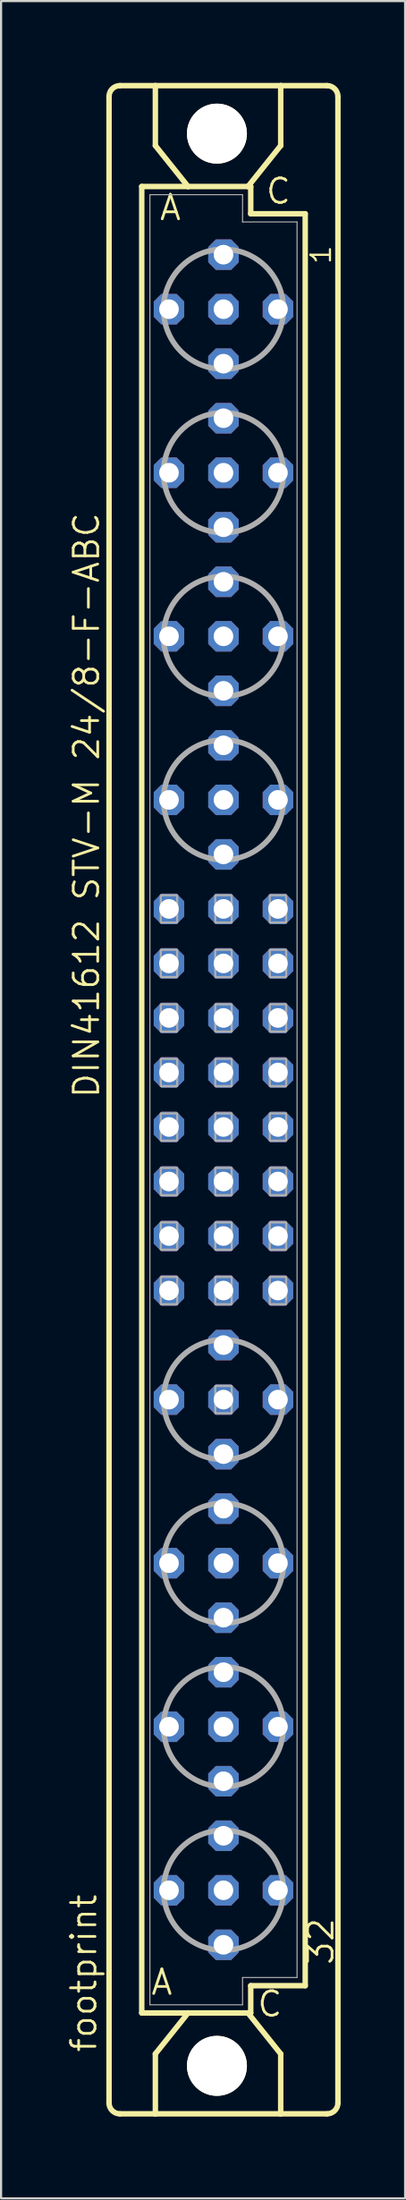
<source format=kicad_pcb>
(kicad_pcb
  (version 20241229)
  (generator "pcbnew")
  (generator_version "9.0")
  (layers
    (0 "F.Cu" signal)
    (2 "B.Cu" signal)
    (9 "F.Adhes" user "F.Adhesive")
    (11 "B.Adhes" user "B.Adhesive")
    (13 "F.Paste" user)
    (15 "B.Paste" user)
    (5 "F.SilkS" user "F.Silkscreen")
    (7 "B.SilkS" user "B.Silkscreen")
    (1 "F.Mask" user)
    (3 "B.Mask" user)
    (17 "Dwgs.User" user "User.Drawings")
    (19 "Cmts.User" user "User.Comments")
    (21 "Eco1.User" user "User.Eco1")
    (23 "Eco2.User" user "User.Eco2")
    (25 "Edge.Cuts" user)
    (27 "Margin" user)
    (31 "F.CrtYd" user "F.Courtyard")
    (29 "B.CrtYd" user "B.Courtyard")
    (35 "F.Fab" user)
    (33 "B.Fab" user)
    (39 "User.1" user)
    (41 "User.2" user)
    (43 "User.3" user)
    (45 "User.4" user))
  (footprint "footprint"
    (layer "F.Cu")
    (at 7.366 48.184)
    (property "Reference" "footprint" (at -5.842 44.45 90) (layer "F.SilkS") (effects (font (size 1.143 1.143) (thickness 0.127)) (justify left bottom)))
    (fp_line (start -5.334 46.736) (end -5.334 -46.736) (stroke (width 0.254) (type solid)) (layer "F.SilkS"))
    (fp_line (start -4.826 -47.244) (end -3.175 -47.244) (stroke (width 0.254) (type solid)) (layer "F.SilkS"))
    (fp_line (start -4.826 47.244) (end -3.175 47.244) (stroke (width 0.254) (type solid)) (layer "F.SilkS"))
    (fp_line (start -3.81 -42.545) (end -3.81 42.545) (stroke (width 0.254) (type solid)) (layer "F.SilkS"))
    (fp_line (start -3.81 42.545) (end -1.651 42.545) (stroke (width 0.254) (type solid)) (layer "F.SilkS"))
    (fp_line (start -3.175 -47.244) (end -3.175 -44.45) (stroke (width 0.254) (type solid)) (layer "F.SilkS"))
    (fp_line (start -3.175 47.244) (end -3.175 44.45) (stroke (width 0.254) (type solid)) (layer "F.SilkS"))
    (fp_line (start -3.175 47.244) (end 2.667 47.244) (stroke (width 0.254) (type solid)) (layer "F.SilkS"))
    (fp_line (start -1.651 -42.545) (end -3.81 -42.545) (stroke (width 0.254) (type solid)) (layer "F.SilkS"))
    (fp_line (start -1.651 -42.545) (end -3.175 -44.45) (stroke (width 0.254) (type solid)) (layer "F.SilkS"))
    (fp_line (start -1.651 42.545) (end -3.175 44.45) (stroke (width 0.254) (type solid)) (layer "F.SilkS"))
    (fp_line (start -1.651 42.545) (end 1.143 42.545) (stroke (width 0.254) (type solid)) (layer "F.SilkS"))
    (fp_line (start 1.143 -42.545) (end -1.651 -42.545) (stroke (width 0.254) (type solid)) (layer "F.SilkS"))
    (fp_line (start 1.143 -42.545) (end 2.667 -44.45) (stroke (width 0.254) (type solid)) (layer "F.SilkS"))
    (fp_line (start 1.143 42.545) (end 1.27 42.545) (stroke (width 0.254) (type solid)) (layer "F.SilkS"))
    (fp_line (start 1.143 42.545) (end 2.667 44.45) (stroke (width 0.254) (type solid)) (layer "F.SilkS"))
    (fp_line (start 1.27 -42.545) (end 1.143 -42.545) (stroke (width 0.254) (type solid)) (layer "F.SilkS"))
    (fp_line (start 1.27 -41.275) (end 1.27 -42.545) (stroke (width 0.254) (type solid)) (layer "F.SilkS"))
    (fp_line (start 1.27 41.275) (end 3.81 41.275) (stroke (width 0.254) (type solid)) (layer "F.SilkS"))
    (fp_line (start 1.27 42.545) (end 1.27 41.275) (stroke (width 0.254) (type solid)) (layer "F.SilkS"))
    (fp_line (start 2.667 -47.244) (end -3.175 -47.244) (stroke (width 0.254) (type solid)) (layer "F.SilkS"))
    (fp_line (start 2.667 -47.244) (end 2.667 -44.45) (stroke (width 0.254) (type solid)) (layer "F.SilkS"))
    (fp_line (start 2.667 47.244) (end 2.667 44.45) (stroke (width 0.254) (type solid)) (layer "F.SilkS"))
    (fp_line (start 2.667 47.244) (end 4.826 47.244) (stroke (width 0.254) (type solid)) (layer "F.SilkS"))
    (fp_line (start 3.81 -41.275) (end 1.27 -41.275) (stroke (width 0.254) (type solid)) (layer "F.SilkS"))
    (fp_line (start 3.81 41.275) (end 3.81 -41.275) (stroke (width 0.254) (type solid)) (layer "F.SilkS"))
    (fp_line (start 4.826 -47.244) (end 2.667 -47.244) (stroke (width 0.254) (type solid)) (layer "F.SilkS"))
    (fp_line (start 5.334 46.736) (end 5.334 -46.736) (stroke (width 0.254) (type solid)) (layer "F.SilkS"))
    (fp_arc (start -5.334 -46.736) (mid -5.18521 -47.09521) (end -4.826 -47.244) (stroke (width 0.254) (type solid)) (layer "F.SilkS"))
    (fp_arc (start -4.826 47.244) (mid -5.18521 47.09521) (end -5.334 46.736) (stroke (width 0.254) (type solid)) (layer "F.SilkS"))
    (fp_arc (start 4.826 -47.244) (mid 5.18521 -47.09521) (end 5.334 -46.736) (stroke (width 0.254) (type solid)) (layer "F.SilkS"))
    (fp_arc (start 5.334 46.736) (mid 5.18521 47.09521) (end 4.826 47.244) (stroke (width 0.254) (type solid)) (layer "F.SilkS"))
    (fp_circle (center -0.305 -45.009) (end 0.965 -45.009) (stroke (width 0.254) (type solid)) (fill no) (layer "F.SilkS"))
    (fp_circle (center -0.305 45.009) (end 0.965 45.009) (stroke (width 0.254) (type solid)) (fill no) (layer "F.SilkS"))
    (fp_line (start -3.429 -42.164) (end -3.429 42.164) (stroke (width 0.051) (type solid)) (layer "F.Fab"))
    (fp_line (start -3.429 -42.164) (end 0.889 -42.164) (stroke (width 0.051) (type solid)) (layer "F.Fab"))
    (fp_line (start -3.429 42.164) (end 0.889 42.164) (stroke (width 0.051) (type solid)) (layer "F.Fab"))
    (fp_line (start 0.889 -42.164) (end 0.889 -40.894) (stroke (width 0.051) (type solid)) (layer "F.Fab"))
    (fp_line (start 0.889 -40.894) (end 3.429 -40.894) (stroke (width 0.051) (type solid)) (layer "F.Fab"))
    (fp_line (start 0.889 40.894) (end 3.429 40.894) (stroke (width 0.051) (type solid)) (layer "F.Fab"))
    (fp_line (start 0.889 42.164) (end 0.889 40.894) (stroke (width 0.051) (type solid)) (layer "F.Fab"))
    (fp_line (start 3.429 -40.894) (end 3.429 40.894) (stroke (width 0.051) (type solid)) (layer "F.Fab"))
    (fp_circle (center 0 -36.83) (end 2.794 -36.83) (stroke (width 0.254) (type solid)) (fill no) (layer "F.Fab"))
    (fp_circle (center 0 -29.21) (end 2.794 -29.21) (stroke (width 0.254) (type solid)) (fill no) (layer "F.Fab"))
    (fp_circle (center 0 -21.59) (end 2.794 -21.59) (stroke (width 0.254) (type solid)) (fill no) (layer "F.Fab"))
    (fp_circle (center 0 -13.97) (end 2.794 -13.97) (stroke (width 0.254) (type solid)) (fill no) (layer "F.Fab"))
    (fp_circle (center 0 13.97) (end 2.794 13.97) (stroke (width 0.254) (type solid)) (fill no) (layer "F.Fab"))
    (fp_circle (center 0 21.59) (end 2.794 21.59) (stroke (width 0.254) (type solid)) (fill no) (layer "F.Fab"))
    (fp_circle (center 0 29.21) (end 2.794 29.21) (stroke (width 0.254) (type solid)) (fill no) (layer "F.Fab"))
    (fp_circle (center 0 36.83) (end 2.794 36.83) (stroke (width 0.254) (type solid)) (fill no) (layer "F.Fab"))
    (fp_poly (pts (xy -2.921 -8.255) (xy -2.159 -8.255) (xy -2.159 -9.525) (xy -2.921 -9.525)) (stroke (width 0.1) (type solid)) (fill no) (layer "F.Fab"))
    (fp_poly (pts (xy -2.921 -5.715) (xy -2.159 -5.715) (xy -2.159 -6.985) (xy -2.921 -6.985)) (stroke (width 0.1) (type solid)) (fill no) (layer "F.Fab"))
    (fp_poly (pts (xy -2.921 -3.175) (xy -2.159 -3.175) (xy -2.159 -4.445) (xy -2.921 -4.445)) (stroke (width 0.1) (type solid)) (fill no) (layer "F.Fab"))
    (fp_poly (pts (xy -2.921 -0.635) (xy -2.159 -0.635) (xy -2.159 -1.905) (xy -2.921 -1.905)) (stroke (width 0.1) (type solid)) (fill no) (layer "F.Fab"))
    (fp_poly (pts (xy -2.921 1.905) (xy -2.159 1.905) (xy -2.159 0.635) (xy -2.921 0.635)) (stroke (width 0.1) (type solid)) (fill no) (layer "F.Fab"))
    (fp_poly (pts (xy -2.921 4.445) (xy -2.159 4.445) (xy -2.159 3.175) (xy -2.921 3.175)) (stroke (width 0.1) (type solid)) (fill no) (layer "F.Fab"))
    (fp_poly (pts (xy -2.921 6.985) (xy -2.159 6.985) (xy -2.159 5.715) (xy -2.921 5.715)) (stroke (width 0.1) (type solid)) (fill no) (layer "F.Fab"))
    (fp_poly (pts (xy -2.921 9.525) (xy -2.159 9.525) (xy -2.159 8.255) (xy -2.921 8.255)) (stroke (width 0.1) (type solid)) (fill no) (layer "F.Fab"))
    (fp_poly (pts (xy -0.381 -8.255) (xy 0.381 -8.255) (xy 0.381 -9.525) (xy -0.381 -9.525)) (stroke (width 0.1) (type solid)) (fill no) (layer "F.Fab"))
    (fp_poly (pts (xy -0.381 -5.715) (xy 0.381 -5.715) (xy 0.381 -6.985) (xy -0.381 -6.985)) (stroke (width 0.1) (type solid)) (fill no) (layer "F.Fab"))
    (fp_poly (pts (xy -0.381 -3.175) (xy 0.381 -3.175) (xy 0.381 -4.445) (xy -0.381 -4.445)) (stroke (width 0.1) (type solid)) (fill no) (layer "F.Fab"))
    (fp_poly (pts (xy -0.381 -0.635) (xy 0.381 -0.635) (xy 0.381 -1.905) (xy -0.381 -1.905)) (stroke (width 0.1) (type solid)) (fill no) (layer "F.Fab"))
    (fp_poly (pts (xy -0.381 1.905) (xy 0.381 1.905) (xy 0.381 0.635) (xy -0.381 0.635)) (stroke (width 0.1) (type solid)) (fill no) (layer "F.Fab"))
    (fp_poly (pts (xy -0.381 4.445) (xy 0.381 4.445) (xy 0.381 3.175) (xy -0.381 3.175)) (stroke (width 0.1) (type solid)) (fill no) (layer "F.Fab"))
    (fp_poly (pts (xy -0.381 6.985) (xy 0.381 6.985) (xy 0.381 5.715) (xy -0.381 5.715)) (stroke (width 0.1) (type solid)) (fill no) (layer "F.Fab"))
    (fp_poly (pts (xy -0.381 9.525) (xy 0.381 9.525) (xy 0.381 8.255) (xy -0.381 8.255)) (stroke (width 0.1) (type solid)) (fill no) (layer "F.Fab"))
    (fp_poly (pts (xy -0.381 14.605) (xy 0.381 14.605) (xy 0.381 13.335) (xy -0.381 13.335)) (stroke (width 0.1) (type solid)) (fill no) (layer "F.Fab"))
    (fp_poly (pts (xy 2.159 -8.255) (xy 2.921 -8.255) (xy 2.921 -9.525) (xy 2.159 -9.525)) (stroke (width 0.1) (type solid)) (fill no) (layer "F.Fab"))
    (fp_poly (pts (xy 2.159 -5.715) (xy 2.921 -5.715) (xy 2.921 -6.985) (xy 2.159 -6.985)) (stroke (width 0.1) (type solid)) (fill no) (layer "F.Fab"))
    (fp_poly (pts (xy 2.159 -3.175) (xy 2.921 -3.175) (xy 2.921 -4.445) (xy 2.159 -4.445)) (stroke (width 0.1) (type solid)) (fill no) (layer "F.Fab"))
    (fp_poly (pts (xy 2.159 -0.635) (xy 2.921 -0.635) (xy 2.921 -1.905) (xy 2.159 -1.905)) (stroke (width 0.1) (type solid)) (fill no) (layer "F.Fab"))
    (fp_poly (pts (xy 2.159 1.905) (xy 2.921 1.905) (xy 2.921 0.635) (xy 2.159 0.635)) (stroke (width 0.1) (type solid)) (fill no) (layer "F.Fab"))
    (fp_poly (pts (xy 2.159 4.445) (xy 2.921 4.445) (xy 2.921 3.175) (xy 2.159 3.175)) (stroke (width 0.1) (type solid)) (fill no) (layer "F.Fab"))
    (fp_poly (pts (xy 2.159 6.985) (xy 2.921 6.985) (xy 2.921 5.715) (xy 2.159 5.715)) (stroke (width 0.1) (type solid)) (fill no) (layer "F.Fab"))
    (fp_poly (pts (xy 2.159 9.525) (xy 2.921 9.525) (xy 2.921 8.255) (xy 2.159 8.255)) (stroke (width 0.1) (type solid)) (fill no) (layer "F.Fab"))
    (fp_text user "DIN41612 STV-M 24/8-F-ABC" (at -5.715 0 90) (layer "F.SilkS") (effects (font (size 1.143 1.143) (thickness 0.127)) (justify left bottom)))
    (fp_text user " C " (at 0.635 42.799 0) (layer "F.SilkS") (effects (font (size 1.143 1.143) (thickness 0.127)) (justify left bottom)))
    (fp_text user "1" (at 5.08 -38.862 90) (layer "F.SilkS") (effects (font (size 0.914 0.914) (thickness 0.102)) (justify left bottom)))
    (fp_text user "C" (at 1.905 -41.656 0) (layer "F.SilkS") (effects (font (size 1.143 1.143) (thickness 0.127)) (justify left bottom)))
    (fp_text user " A " (at -4.318 41.783 0) (layer "F.SilkS") (effects (font (size 1.143 1.143) (thickness 0.127)) (justify left bottom)))
    (fp_text user "A" (at -3.048 -40.894 0) (layer "F.SilkS") (effects (font (size 1.143 1.143) (thickness 0.127)) (justify left bottom)))
    (fp_text user "32" (at 5.207 40.386 90) (layer "F.SilkS") (effects (font (size 1.143 1.143) (thickness 0.127)) (justify left bottom)))
    (pad "" np_thru_hole circle (at -0.305 -45.009) (size 2.794 2.794) (drill 2.794) (layers "*.Cu" "*.Mask"))
    (pad "" np_thru_hole circle (at -0.305 45.009) (size 2.794 2.794) (drill 2.794) (layers "*.Cu" "*.Mask"))
    (pad "A2" thru_hole roundrect (at -2.54 -36.83) (size 1.422 1.422) (drill 0.914) (layers "*.Cu" "*.Mask") (roundrect_rratio 0.25) (chamfer_ratio 0.25) (chamfer top_left top_right bottom_left bottom_right))
    (pad "A5" thru_hole roundrect (at -2.54 -29.21) (size 1.422 1.422) (drill 0.914) (layers "*.Cu" "*.Mask") (roundrect_rratio 0.25) (chamfer_ratio 0.25) (chamfer top_left top_right bottom_left bottom_right))
    (pad "A8" thru_hole roundrect (at -2.54 -21.59) (size 1.422 1.422) (drill 0.914) (layers "*.Cu" "*.Mask") (roundrect_rratio 0.25) (chamfer_ratio 0.25) (chamfer top_left top_right bottom_left bottom_right))
    (pad "A11" thru_hole roundrect (at -2.54 -13.97) (size 1.422 1.422) (drill 0.914) (layers "*.Cu" "*.Mask") (roundrect_rratio 0.25) (chamfer_ratio 0.25) (chamfer top_left top_right bottom_left bottom_right))
    (pad "A13" thru_hole roundrect (at -2.54 -8.89) (size 1.422 1.422) (drill 0.914) (layers "*.Cu" "*.Mask") (roundrect_rratio 0.25) (chamfer_ratio 0.25) (chamfer top_left top_right bottom_left bottom_right))
    (pad "A14" thru_hole roundrect (at -2.54 -6.35) (size 1.422 1.422) (drill 0.914) (layers "*.Cu" "*.Mask") (roundrect_rratio 0.25) (chamfer_ratio 0.25) (chamfer top_left top_right bottom_left bottom_right))
    (pad "A15" thru_hole roundrect (at -2.54 -3.81) (size 1.422 1.422) (drill 0.914) (layers "*.Cu" "*.Mask") (roundrect_rratio 0.25) (chamfer_ratio 0.25) (chamfer top_left top_right bottom_left bottom_right))
    (pad "A16" thru_hole roundrect (at -2.54 -1.27) (size 1.422 1.422) (drill 0.914) (layers "*.Cu" "*.Mask") (roundrect_rratio 0.25) (chamfer_ratio 0.25) (chamfer top_left top_right bottom_left bottom_right))
    (pad "A17" thru_hole roundrect (at -2.54 1.27) (size 1.422 1.422) (drill 0.914) (layers "*.Cu" "*.Mask") (roundrect_rratio 0.25) (chamfer_ratio 0.25) (chamfer top_left top_right bottom_left bottom_right))
    (pad "A18" thru_hole roundrect (at -2.54 3.81) (size 1.422 1.422) (drill 0.914) (layers "*.Cu" "*.Mask") (roundrect_rratio 0.25) (chamfer_ratio 0.25) (chamfer top_left top_right bottom_left bottom_right))
    (pad "A19" thru_hole roundrect (at -2.54 6.35) (size 1.422 1.422) (drill 0.914) (layers "*.Cu" "*.Mask") (roundrect_rratio 0.25) (chamfer_ratio 0.25) (chamfer top_left top_right bottom_left bottom_right))
    (pad "A20" thru_hole roundrect (at -2.54 8.89) (size 1.422 1.422) (drill 0.914) (layers "*.Cu" "*.Mask") (roundrect_rratio 0.25) (chamfer_ratio 0.25) (chamfer top_left top_right bottom_left bottom_right))
    (pad "A22" thru_hole roundrect (at -2.54 13.97) (size 1.422 1.422) (drill 0.914) (layers "*.Cu" "*.Mask") (roundrect_rratio 0.25) (chamfer_ratio 0.25) (chamfer top_left top_right bottom_left bottom_right))
    (pad "A25" thru_hole roundrect (at -2.54 21.59) (size 1.422 1.422) (drill 0.914) (layers "*.Cu" "*.Mask") (roundrect_rratio 0.25) (chamfer_ratio 0.25) (chamfer top_left top_right bottom_left bottom_right))
    (pad "A28" thru_hole roundrect (at -2.54 29.21) (size 1.422 1.422) (drill 0.914) (layers "*.Cu" "*.Mask") (roundrect_rratio 0.25) (chamfer_ratio 0.25) (chamfer top_left top_right bottom_left bottom_right))
    (pad "A31" thru_hole roundrect (at -2.54 36.83) (size 1.422 1.422) (drill 0.914) (layers "*.Cu" "*.Mask") (roundrect_rratio 0.25) (chamfer_ratio 0.25) (chamfer top_left top_right bottom_left bottom_right))
    (pad "B1" thru_hole roundrect (at 0 -39.37) (size 1.422 1.422) (drill 0.914) (layers "*.Cu" "*.Mask") (roundrect_rratio 0.25) (chamfer_ratio 0.25) (chamfer top_left top_right bottom_left bottom_right))
    (pad "B2" thru_hole roundrect (at 0 -36.83) (size 1.422 1.422) (drill 0.914) (layers "*.Cu" "*.Mask") (roundrect_rratio 0.25) (chamfer_ratio 0.25) (chamfer top_left top_right bottom_left bottom_right))
    (pad "B3" thru_hole roundrect (at 0 -34.29) (size 1.422 1.422) (drill 0.914) (layers "*.Cu" "*.Mask") (roundrect_rratio 0.25) (chamfer_ratio 0.25) (chamfer top_left top_right bottom_left bottom_right))
    (pad "B4" thru_hole roundrect (at 0 -31.75) (size 1.422 1.422) (drill 0.914) (layers "*.Cu" "*.Mask") (roundrect_rratio 0.25) (chamfer_ratio 0.25) (chamfer top_left top_right bottom_left bottom_right))
    (pad "B5" thru_hole roundrect (at 0 -29.21) (size 1.422 1.422) (drill 0.914) (layers "*.Cu" "*.Mask") (roundrect_rratio 0.25) (chamfer_ratio 0.25) (chamfer top_left top_right bottom_left bottom_right))
    (pad "B6" thru_hole roundrect (at 0 -26.67) (size 1.422 1.422) (drill 0.914) (layers "*.Cu" "*.Mask") (roundrect_rratio 0.25) (chamfer_ratio 0.25) (chamfer top_left top_right bottom_left bottom_right))
    (pad "B7" thru_hole roundrect (at 0 -24.13) (size 1.422 1.422) (drill 0.914) (layers "*.Cu" "*.Mask") (roundrect_rratio 0.25) (chamfer_ratio 0.25) (chamfer top_left top_right bottom_left bottom_right))
    (pad "B8" thru_hole roundrect (at 0 -21.59) (size 1.422 1.422) (drill 0.914) (layers "*.Cu" "*.Mask") (roundrect_rratio 0.25) (chamfer_ratio 0.25) (chamfer top_left top_right bottom_left bottom_right))
    (pad "B9" thru_hole roundrect (at 0 -19.05) (size 1.422 1.422) (drill 0.914) (layers "*.Cu" "*.Mask") (roundrect_rratio 0.25) (chamfer_ratio 0.25) (chamfer top_left top_right bottom_left bottom_right))
    (pad "B10" thru_hole roundrect (at 0 -16.51) (size 1.422 1.422) (drill 0.914) (layers "*.Cu" "*.Mask") (roundrect_rratio 0.25) (chamfer_ratio 0.25) (chamfer top_left top_right bottom_left bottom_right))
    (pad "B11" thru_hole roundrect (at 0 -13.97) (size 1.422 1.422) (drill 0.914) (layers "*.Cu" "*.Mask") (roundrect_rratio 0.25) (chamfer_ratio 0.25) (chamfer top_left top_right bottom_left bottom_right))
    (pad "B12" thru_hole roundrect (at 0 -11.43) (size 1.422 1.422) (drill 0.914) (layers "*.Cu" "*.Mask") (roundrect_rratio 0.25) (chamfer_ratio 0.25) (chamfer top_left top_right bottom_left bottom_right))
    (pad "B13" thru_hole roundrect (at 0 -8.89) (size 1.422 1.422) (drill 0.914) (layers "*.Cu" "*.Mask") (roundrect_rratio 0.25) (chamfer_ratio 0.25) (chamfer top_left top_right bottom_left bottom_right))
    (pad "B14" thru_hole roundrect (at 0 -6.35) (size 1.422 1.422) (drill 0.914) (layers "*.Cu" "*.Mask") (roundrect_rratio 0.25) (chamfer_ratio 0.25) (chamfer top_left top_right bottom_left bottom_right))
    (pad "B15" thru_hole roundrect (at 0 -3.81) (size 1.422 1.422) (drill 0.914) (layers "*.Cu" "*.Mask") (roundrect_rratio 0.25) (chamfer_ratio 0.25) (chamfer top_left top_right bottom_left bottom_right))
    (pad "B16" thru_hole roundrect (at 0 -1.27) (size 1.422 1.422) (drill 0.914) (layers "*.Cu" "*.Mask") (roundrect_rratio 0.25) (chamfer_ratio 0.25) (chamfer top_left top_right bottom_left bottom_right))
    (pad "B17" thru_hole roundrect (at 0 1.27) (size 1.422 1.422) (drill 0.914) (layers "*.Cu" "*.Mask") (roundrect_rratio 0.25) (chamfer_ratio 0.25) (chamfer top_left top_right bottom_left bottom_right))
    (pad "B18" thru_hole roundrect (at 0 3.81) (size 1.422 1.422) (drill 0.914) (layers "*.Cu" "*.Mask") (roundrect_rratio 0.25) (chamfer_ratio 0.25) (chamfer top_left top_right bottom_left bottom_right))
    (pad "B19" thru_hole roundrect (at 0 6.35) (size 1.422 1.422) (drill 0.914) (layers "*.Cu" "*.Mask") (roundrect_rratio 0.25) (chamfer_ratio 0.25) (chamfer top_left top_right bottom_left bottom_right))
    (pad "B20" thru_hole roundrect (at 0 8.89) (size 1.422 1.422) (drill 0.914) (layers "*.Cu" "*.Mask") (roundrect_rratio 0.25) (chamfer_ratio 0.25) (chamfer top_left top_right bottom_left bottom_right))
    (pad "B21" thru_hole roundrect (at 0 11.43) (size 1.422 1.422) (drill 0.914) (layers "*.Cu" "*.Mask") (roundrect_rratio 0.25) (chamfer_ratio 0.25) (chamfer top_left top_right bottom_left bottom_right))
    (pad "B22" thru_hole roundrect (at 0 13.97) (size 1.422 1.422) (drill 0.914) (layers "*.Cu" "*.Mask") (roundrect_rratio 0.25) (chamfer_ratio 0.25) (chamfer top_left top_right bottom_left bottom_right))
    (pad "B23" thru_hole roundrect (at 0 16.51) (size 1.422 1.422) (drill 0.914) (layers "*.Cu" "*.Mask") (roundrect_rratio 0.25) (chamfer_ratio 0.25) (chamfer top_left top_right bottom_left bottom_right))
    (pad "B24" thru_hole roundrect (at 0 19.05) (size 1.422 1.422) (drill 0.914) (layers "*.Cu" "*.Mask") (roundrect_rratio 0.25) (chamfer_ratio 0.25) (chamfer top_left top_right bottom_left bottom_right))
    (pad "B25" thru_hole roundrect (at 0 21.59) (size 1.422 1.422) (drill 0.914) (layers "*.Cu" "*.Mask") (roundrect_rratio 0.25) (chamfer_ratio 0.25) (chamfer top_left top_right bottom_left bottom_right))
    (pad "B26" thru_hole roundrect (at 0 24.13) (size 1.422 1.422) (drill 0.914) (layers "*.Cu" "*.Mask") (roundrect_rratio 0.25) (chamfer_ratio 0.25) (chamfer top_left top_right bottom_left bottom_right))
    (pad "B27" thru_hole roundrect (at 0 26.67) (size 1.422 1.422) (drill 0.914) (layers "*.Cu" "*.Mask") (roundrect_rratio 0.25) (chamfer_ratio 0.25) (chamfer top_left top_right bottom_left bottom_right))
    (pad "B28" thru_hole roundrect (at 0 29.21) (size 1.422 1.422) (drill 0.914) (layers "*.Cu" "*.Mask") (roundrect_rratio 0.25) (chamfer_ratio 0.25) (chamfer top_left top_right bottom_left bottom_right))
    (pad "B29" thru_hole roundrect (at 0 31.75) (size 1.422 1.422) (drill 0.914) (layers "*.Cu" "*.Mask") (roundrect_rratio 0.25) (chamfer_ratio 0.25) (chamfer top_left top_right bottom_left bottom_right))
    (pad "B30" thru_hole roundrect (at 0 34.29) (size 1.422 1.422) (drill 0.914) (layers "*.Cu" "*.Mask") (roundrect_rratio 0.25) (chamfer_ratio 0.25) (chamfer top_left top_right bottom_left bottom_right))
    (pad "B31" thru_hole roundrect (at 0 36.83) (size 1.422 1.422) (drill 0.914) (layers "*.Cu" "*.Mask") (roundrect_rratio 0.25) (chamfer_ratio 0.25) (chamfer top_left top_right bottom_left bottom_right))
    (pad "B32" thru_hole roundrect (at 0 39.37) (size 1.422 1.422) (drill 0.914) (layers "*.Cu" "*.Mask") (roundrect_rratio 0.25) (chamfer_ratio 0.25) (chamfer top_left top_right bottom_left bottom_right))
    (pad "C2" thru_hole roundrect (at 2.54 -36.83) (size 1.422 1.422) (drill 0.914) (layers "*.Cu" "*.Mask") (roundrect_rratio 0.25) (chamfer_ratio 0.25) (chamfer top_left top_right bottom_left bottom_right))
    (pad "C5" thru_hole roundrect (at 2.54 -29.21) (size 1.422 1.422) (drill 0.914) (layers "*.Cu" "*.Mask") (roundrect_rratio 0.25) (chamfer_ratio 0.25) (chamfer top_left top_right bottom_left bottom_right))
    (pad "C8" thru_hole roundrect (at 2.54 -21.59) (size 1.422 1.422) (drill 0.914) (layers "*.Cu" "*.Mask") (roundrect_rratio 0.25) (chamfer_ratio 0.25) (chamfer top_left top_right bottom_left bottom_right))
    (pad "C11" thru_hole roundrect (at 2.54 -13.97) (size 1.422 1.422) (drill 0.914) (layers "*.Cu" "*.Mask") (roundrect_rratio 0.25) (chamfer_ratio 0.25) (chamfer top_left top_right bottom_left bottom_right))
    (pad "C13" thru_hole roundrect (at 2.54 -8.89) (size 1.422 1.422) (drill 0.914) (layers "*.Cu" "*.Mask") (roundrect_rratio 0.25) (chamfer_ratio 0.25) (chamfer top_left top_right bottom_left bottom_right))
    (pad "C14" thru_hole roundrect (at 2.54 -6.35) (size 1.422 1.422) (drill 0.914) (layers "*.Cu" "*.Mask") (roundrect_rratio 0.25) (chamfer_ratio 0.25) (chamfer top_left top_right bottom_left bottom_right))
    (pad "C15" thru_hole roundrect (at 2.54 -3.81) (size 1.422 1.422) (drill 0.914) (layers "*.Cu" "*.Mask") (roundrect_rratio 0.25) (chamfer_ratio 0.25) (chamfer top_left top_right bottom_left bottom_right))
    (pad "C16" thru_hole roundrect (at 2.54 -1.27) (size 1.422 1.422) (drill 0.914) (layers "*.Cu" "*.Mask") (roundrect_rratio 0.25) (chamfer_ratio 0.25) (chamfer top_left top_right bottom_left bottom_right))
    (pad "C17" thru_hole roundrect (at 2.54 1.27) (size 1.422 1.422) (drill 0.914) (layers "*.Cu" "*.Mask") (roundrect_rratio 0.25) (chamfer_ratio 0.25) (chamfer top_left top_right bottom_left bottom_right))
    (pad "C18" thru_hole roundrect (at 2.54 3.81) (size 1.422 1.422) (drill 0.914) (layers "*.Cu" "*.Mask") (roundrect_rratio 0.25) (chamfer_ratio 0.25) (chamfer top_left top_right bottom_left bottom_right))
    (pad "C19" thru_hole roundrect (at 2.54 6.35) (size 1.422 1.422) (drill 0.914) (layers "*.Cu" "*.Mask") (roundrect_rratio 0.25) (chamfer_ratio 0.25) (chamfer top_left top_right bottom_left bottom_right))
    (pad "C20" thru_hole roundrect (at 2.54 8.89) (size 1.422 1.422) (drill 0.914) (layers "*.Cu" "*.Mask") (roundrect_rratio 0.25) (chamfer_ratio 0.25) (chamfer top_left top_right bottom_left bottom_right))
    (pad "C22" thru_hole roundrect (at 2.54 13.97) (size 1.422 1.422) (drill 0.914) (layers "*.Cu" "*.Mask") (roundrect_rratio 0.25) (chamfer_ratio 0.25) (chamfer top_left top_right bottom_left bottom_right))
    (pad "C25" thru_hole roundrect (at 2.54 21.59) (size 1.422 1.422) (drill 0.914) (layers "*.Cu" "*.Mask") (roundrect_rratio 0.25) (chamfer_ratio 0.25) (chamfer top_left top_right bottom_left bottom_right))
    (pad "C28" thru_hole roundrect (at 2.54 29.21) (size 1.422 1.422) (drill 0.914) (layers "*.Cu" "*.Mask") (roundrect_rratio 0.25) (chamfer_ratio 0.25) (chamfer top_left top_right bottom_left bottom_right))
    (pad "C31" thru_hole roundrect (at 2.54 36.83) (size 1.422 1.422) (drill 0.914) (layers "*.Cu" "*.Mask") (roundrect_rratio 0.25) (chamfer_ratio 0.25) (chamfer top_left top_right bottom_left bottom_right))
    (zone (net_name "") (layers "F.Cu" "B.Cu") (hatch edge 0.508) (connect_pads) (min_thickness 0.254) (filled_areas_thickness no) (keepout (tracks allowed) (vias not_allowed) (pads allowed) (copperpour allowed) (footprints allowed)) (placement (enabled no)) (fill) (polygon (pts (xy 10.236 3.175) (xy 10.188 2.624) (xy 10.045 2.089) (xy 9.811 1.587) (xy 9.493 1.134) (xy 9.102 0.743) (xy 8.649 0.425) (xy 8.147 0.191) (xy 7.613 0.048) (xy 7.061 0) (xy 6.51 0.048) (xy 5.975 0.191) (xy 5.474 0.425) (xy 5.02 0.743) (xy 4.629 1.134) (xy 4.312 1.587) (xy 4.078 2.089) (xy 3.934 2.624) (xy 3.886 3.175) (xy 3.934 3.726) (xy 4.078 4.261) (xy 4.312 4.763) (xy 4.629 5.216) (xy 5.02 5.607) (xy 5.474 5.925) (xy 5.975 6.159) (xy 6.51 6.302) (xy 7.061 6.35) (xy 7.613 6.302) (xy 8.147 6.159) (xy 8.649 5.925) (xy 9.102 5.607) (xy 9.493 5.216) (xy 9.811 4.763) (xy 10.045 4.261) (xy 10.188 3.726))) (polygon (pts (xy 8.458 3.175) (xy 8.437 2.932) (xy 8.374 2.697) (xy 8.271 2.477) (xy 8.131 2.277) (xy 7.959 2.105) (xy 7.76 1.965) (xy 7.539 1.862) (xy 7.304 1.799) (xy 7.061 1.778) (xy 6.819 1.799) (xy 6.583 1.862) (xy 6.363 1.965) (xy 6.163 2.105) (xy 5.991 2.277) (xy 5.851 2.477) (xy 5.748 2.697) (xy 5.685 2.932) (xy 5.664 3.175) (xy 5.685 3.418) (xy 5.748 3.653) (xy 5.851 3.873) (xy 5.991 4.073) (xy 6.163 4.245) (xy 6.363 4.385) (xy 6.583 4.488) (xy 6.819 4.551) (xy 7.061 4.572) (xy 7.304 4.551) (xy 7.539 4.488) (xy 7.76 4.385) (xy 7.959 4.245) (xy 8.131 4.073) (xy 8.271 3.873) (xy 8.374 3.653) (xy 8.437 3.418))))
    (zone (net_name "") (layers "F.Cu" "B.Cu") (hatch edge 0.508) (connect_pads) (min_thickness 0.254) (filled_areas_thickness no) (keepout (tracks allowed) (vias not_allowed) (pads allowed) (copperpour allowed) (footprints allowed)) (placement (enabled no)) (fill) (polygon (pts (xy 10.236 93.193) (xy 10.188 92.641) (xy 10.045 92.107) (xy 9.811 91.605) (xy 9.493 91.152) (xy 9.102 90.76) (xy 8.649 90.443) (xy 8.147 90.209) (xy 7.613 90.066) (xy 7.061 90.018) (xy 6.51 90.066) (xy 5.975 90.209) (xy 5.474 90.443) (xy 5.02 90.76) (xy 4.629 91.152) (xy 4.312 91.605) (xy 4.078 92.107) (xy 3.934 92.641) (xy 3.886 93.193) (xy 3.934 93.744) (xy 4.078 94.279) (xy 4.312 94.78) (xy 4.629 95.233) (xy 5.02 95.625) (xy 5.474 95.942) (xy 5.975 96.176) (xy 6.51 96.319) (xy 7.061 96.368) (xy 7.613 96.319) (xy 8.147 96.176) (xy 8.649 95.942) (xy 9.102 95.625) (xy 9.493 95.233) (xy 9.811 94.78) (xy 10.045 94.279) (xy 10.188 93.744))) (polygon (pts (xy 8.458 93.193) (xy 8.437 92.95) (xy 8.374 92.715) (xy 8.271 92.494) (xy 8.131 92.295) (xy 7.959 92.122) (xy 7.76 91.983) (xy 7.539 91.88) (xy 7.304 91.817) (xy 7.061 91.796) (xy 6.819 91.817) (xy 6.583 91.88) (xy 6.363 91.983) (xy 6.163 92.122) (xy 5.991 92.295) (xy 5.851 92.494) (xy 5.748 92.715) (xy 5.685 92.95) (xy 5.664 93.193) (xy 5.685 93.435) (xy 5.748 93.67) (xy 5.851 93.891) (xy 5.991 94.091) (xy 6.163 94.263) (xy 6.363 94.402) (xy 6.583 94.505) (xy 6.819 94.568) (xy 7.061 94.59) (xy 7.304 94.568) (xy 7.539 94.505) (xy 7.76 94.402) (xy 7.959 94.263) (xy 8.131 94.091) (xy 8.271 93.891) (xy 8.374 93.67) (xy 8.437 93.435))))
    (zone (net_name "") (layer "B.Cu") (hatch edge 0.508) (connect_pads) (min_thickness 0.254) (filled_areas_thickness no) (keepout (tracks not_allowed) (vias not_allowed) (pads not_allowed) (copperpour not_allowed) (footprints allowed)) (placement (enabled no)) (fill) (polygon (pts (xy 10.236 3.175) (xy 10.188 2.624) (xy 10.045 2.089) (xy 9.811 1.587) (xy 9.493 1.134) (xy 9.102 0.743) (xy 8.649 0.425) (xy 8.147 0.191) (xy 7.613 0.048) (xy 7.061 0) (xy 6.51 0.048) (xy 5.975 0.191) (xy 5.474 0.425) (xy 5.02 0.743) (xy 4.629 1.134) (xy 4.312 1.587) (xy 4.078 2.089) (xy 3.934 2.624) (xy 3.886 3.175) (xy 3.934 3.726) (xy 4.078 4.261) (xy 4.312 4.763) (xy 4.629 5.216) (xy 5.02 5.607) (xy 5.474 5.925) (xy 5.975 6.159) (xy 6.51 6.302) (xy 7.061 6.35) (xy 7.613 6.302) (xy 8.147 6.159) (xy 8.649 5.925) (xy 9.102 5.607) (xy 9.493 5.216) (xy 9.811 4.763) (xy 10.045 4.261) (xy 10.188 3.726))) (polygon (pts (xy 8.458 3.175) (xy 8.437 2.932) (xy 8.374 2.697) (xy 8.271 2.477) (xy 8.131 2.277) (xy 7.959 2.105) (xy 7.76 1.965) (xy 7.539 1.862) (xy 7.304 1.799) (xy 7.061 1.778) (xy 6.819 1.799) (xy 6.583 1.862) (xy 6.363 1.965) (xy 6.163 2.105) (xy 5.991 2.277) (xy 5.851 2.477) (xy 5.748 2.697) (xy 5.685 2.932) (xy 5.664 3.175) (xy 5.685 3.418) (xy 5.748 3.653) (xy 5.851 3.873) (xy 5.991 4.073) (xy 6.163 4.245) (xy 6.363 4.385) (xy 6.583 4.488) (xy 6.819 4.551) (xy 7.061 4.572) (xy 7.304 4.551) (xy 7.539 4.488) (xy 7.76 4.385) (xy 7.959 4.245) (xy 8.131 4.073) (xy 8.271 3.873) (xy 8.374 3.653) (xy 8.437 3.418))))
    (zone (net_name "") (layer "B.Cu") (hatch edge 0.508) (connect_pads) (min_thickness 0.254) (filled_areas_thickness no) (keepout (tracks not_allowed) (vias not_allowed) (pads not_allowed) (copperpour not_allowed) (footprints allowed)) (placement (enabled no)) (fill) (polygon (pts (xy 10.236 93.193) (xy 10.188 92.641) (xy 10.045 92.107) (xy 9.811 91.605) (xy 9.493 91.152) (xy 9.102 90.76) (xy 8.649 90.443) (xy 8.147 90.209) (xy 7.613 90.066) (xy 7.061 90.018) (xy 6.51 90.066) (xy 5.975 90.209) (xy 5.474 90.443) (xy 5.02 90.76) (xy 4.629 91.152) (xy 4.312 91.605) (xy 4.078 92.107) (xy 3.934 92.641) (xy 3.886 93.193) (xy 3.934 93.744) (xy 4.078 94.279) (xy 4.312 94.78) (xy 4.629 95.233) (xy 5.02 95.625) (xy 5.474 95.942) (xy 5.975 96.176) (xy 6.51 96.319) (xy 7.061 96.368) (xy 7.613 96.319) (xy 8.147 96.176) (xy 8.649 95.942) (xy 9.102 95.625) (xy 9.493 95.233) (xy 9.811 94.78) (xy 10.045 94.279) (xy 10.188 93.744))) (polygon (pts (xy 8.458 93.193) (xy 8.437 92.95) (xy 8.374 92.715) (xy 8.271 92.494) (xy 8.131 92.295) (xy 7.959 92.122) (xy 7.76 91.983) (xy 7.539 91.88) (xy 7.304 91.817) (xy 7.061 91.796) (xy 6.819 91.817) (xy 6.583 91.88) (xy 6.363 91.983) (xy 6.163 92.122) (xy 5.991 92.295) (xy 5.851 92.494) (xy 5.748 92.715) (xy 5.685 92.95) (xy 5.664 93.193) (xy 5.685 93.435) (xy 5.748 93.67) (xy 5.851 93.891) (xy 5.991 94.091) (xy 6.163 94.263) (xy 6.363 94.402) (xy 6.583 94.505) (xy 6.819 94.568) (xy 7.061 94.59) (xy 7.304 94.568) (xy 7.539 94.505) (xy 7.76 94.402) (xy 7.959 94.263) (xy 8.131 94.091) (xy 8.271 93.891) (xy 8.374 93.67) (xy 8.437 93.435)))))
  (gr_rect
    (start -3 -3)
    (end 15.832 99.368)
    (stroke (width 0.1) (type default))
    (fill no)
    (layer "Edge.Cuts")))
</source>
